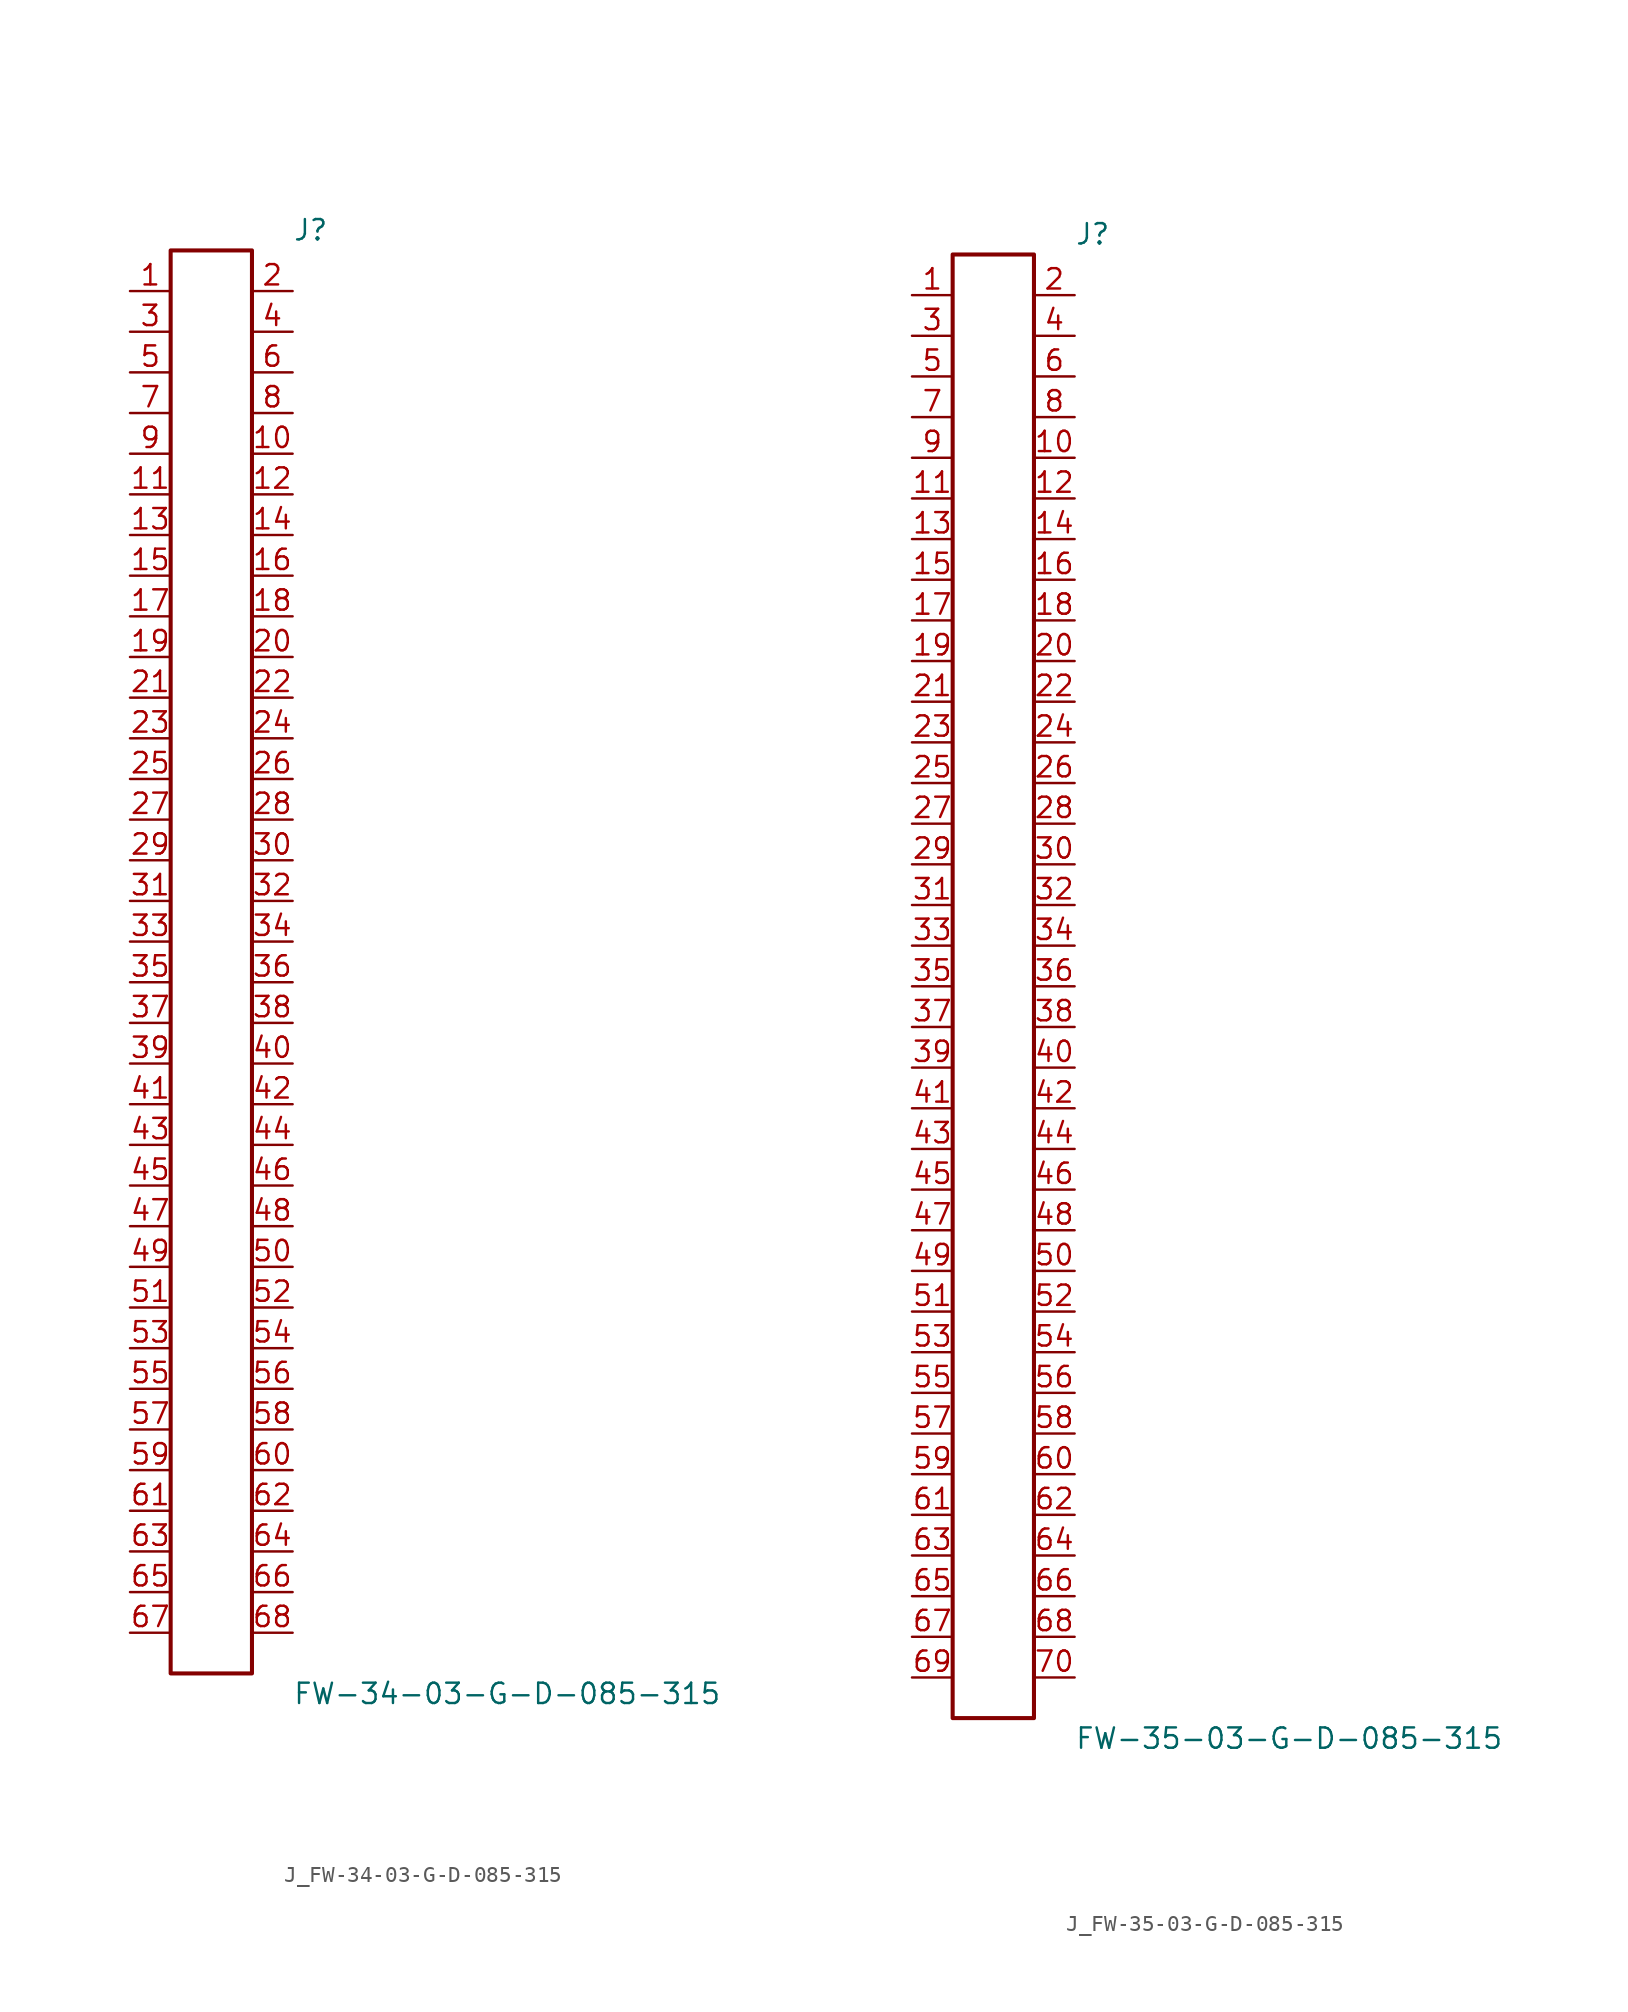
<source format=kicad_sym>
(kicad_symbol_lib
  (version 20231120)
  (generator kicad_symbol_editor)
  (generator_version 8.0)
  (symbol "J_FW-34-03-G-D-085-315"
    (pin_names
      (offset 0.254))
    (property "Reference" "J"
      (at 5.08 45.72 0)
      (effects (font (size 1.27 1.27)) (justify left)))
    (property "Value" "FW-34-03-G-D-085-315"
      (at 5.08 -45.72 0)
      (effects (font (size 1.27 1.27)) (justify left)))
    (symbol "J_FW-34-03-G-D-085-315_0_0"
      (pin unspecified line (at -5.08 41.91 0) (length 2.54) (name "" (effects (font (size 1.27 1.27)))) (number "1" (effects (font (size 1.27 1.27)))))
      (pin unspecified line (at 5.08 41.91 180) (length 2.54) (name "" (effects (font (size 1.27 1.27)))) (number "2" (effects (font (size 1.27 1.27)))))
      (pin unspecified line (at -5.08 39.37 0) (length 2.54) (name "" (effects (font (size 1.27 1.27)))) (number "3" (effects (font (size 1.27 1.27)))))
      (pin unspecified line (at 5.08 39.37 180) (length 2.54) (name "" (effects (font (size 1.27 1.27)))) (number "4" (effects (font (size 1.27 1.27)))))
      (pin unspecified line (at -5.08 36.83 0) (length 2.54) (name "" (effects (font (size 1.27 1.27)))) (number "5" (effects (font (size 1.27 1.27)))))
      (pin unspecified line (at 5.08 36.83 180) (length 2.54) (name "" (effects (font (size 1.27 1.27)))) (number "6" (effects (font (size 1.27 1.27)))))
      (pin unspecified line (at -5.08 34.29 0) (length 2.54) (name "" (effects (font (size 1.27 1.27)))) (number "7" (effects (font (size 1.27 1.27)))))
      (pin unspecified line (at 5.08 34.29 180) (length 2.54) (name "" (effects (font (size 1.27 1.27)))) (number "8" (effects (font (size 1.27 1.27)))))
      (pin unspecified line (at -5.08 31.75 0) (length 2.54) (name "" (effects (font (size 1.27 1.27)))) (number "9" (effects (font (size 1.27 1.27)))))
      (pin unspecified line (at 5.08 31.75 180) (length 2.54) (name "" (effects (font (size 1.27 1.27)))) (number "10" (effects (font (size 1.27 1.27)))))
      (pin unspecified line (at -5.08 29.21 0) (length 2.54) (name "" (effects (font (size 1.27 1.27)))) (number "11" (effects (font (size 1.27 1.27)))))
      (pin unspecified line (at 5.08 29.21 180) (length 2.54) (name "" (effects (font (size 1.27 1.27)))) (number "12" (effects (font (size 1.27 1.27)))))
      (pin unspecified line (at -5.08 26.67 0) (length 2.54) (name "" (effects (font (size 1.27 1.27)))) (number "13" (effects (font (size 1.27 1.27)))))
      (pin unspecified line (at 5.08 26.67 180) (length 2.54) (name "" (effects (font (size 1.27 1.27)))) (number "14" (effects (font (size 1.27 1.27)))))
      (pin unspecified line (at -5.08 24.13 0) (length 2.54) (name "" (effects (font (size 1.27 1.27)))) (number "15" (effects (font (size 1.27 1.27)))))
      (pin unspecified line (at 5.08 24.13 180) (length 2.54) (name "" (effects (font (size 1.27 1.27)))) (number "16" (effects (font (size 1.27 1.27)))))
      (pin unspecified line (at -5.08 21.59 0) (length 2.54) (name "" (effects (font (size 1.27 1.27)))) (number "17" (effects (font (size 1.27 1.27)))))
      (pin unspecified line (at 5.08 21.59 180) (length 2.54) (name "" (effects (font (size 1.27 1.27)))) (number "18" (effects (font (size 1.27 1.27)))))
      (pin unspecified line (at -5.08 19.05 0) (length 2.54) (name "" (effects (font (size 1.27 1.27)))) (number "19" (effects (font (size 1.27 1.27)))))
      (pin unspecified line (at 5.08 19.05 180) (length 2.54) (name "" (effects (font (size 1.27 1.27)))) (number "20" (effects (font (size 1.27 1.27)))))
      (pin unspecified line (at -5.08 16.51 0) (length 2.54) (name "" (effects (font (size 1.27 1.27)))) (number "21" (effects (font (size 1.27 1.27)))))
      (pin unspecified line (at 5.08 16.51 180) (length 2.54) (name "" (effects (font (size 1.27 1.27)))) (number "22" (effects (font (size 1.27 1.27)))))
      (pin unspecified line (at -5.08 13.97 0) (length 2.54) (name "" (effects (font (size 1.27 1.27)))) (number "23" (effects (font (size 1.27 1.27)))))
      (pin unspecified line (at 5.08 13.97 180) (length 2.54) (name "" (effects (font (size 1.27 1.27)))) (number "24" (effects (font (size 1.27 1.27)))))
      (pin unspecified line (at -5.08 11.43 0) (length 2.54) (name "" (effects (font (size 1.27 1.27)))) (number "25" (effects (font (size 1.27 1.27)))))
      (pin unspecified line (at 5.08 11.43 180) (length 2.54) (name "" (effects (font (size 1.27 1.27)))) (number "26" (effects (font (size 1.27 1.27)))))
      (pin unspecified line (at -5.08 8.89 0) (length 2.54) (name "" (effects (font (size 1.27 1.27)))) (number "27" (effects (font (size 1.27 1.27)))))
      (pin unspecified line (at 5.08 8.89 180) (length 2.54) (name "" (effects (font (size 1.27 1.27)))) (number "28" (effects (font (size 1.27 1.27)))))
      (pin unspecified line (at -5.08 6.35 0) (length 2.54) (name "" (effects (font (size 1.27 1.27)))) (number "29" (effects (font (size 1.27 1.27)))))
      (pin unspecified line (at 5.08 6.35 180) (length 2.54) (name "" (effects (font (size 1.27 1.27)))) (number "30" (effects (font (size 1.27 1.27)))))
      (pin unspecified line (at -5.08 3.81 0) (length 2.54) (name "" (effects (font (size 1.27 1.27)))) (number "31" (effects (font (size 1.27 1.27)))))
      (pin unspecified line (at 5.08 3.81 180) (length 2.54) (name "" (effects (font (size 1.27 1.27)))) (number "32" (effects (font (size 1.27 1.27)))))
      (pin unspecified line (at -5.08 1.27 0) (length 2.54) (name "" (effects (font (size 1.27 1.27)))) (number "33" (effects (font (size 1.27 1.27)))))
      (pin unspecified line (at 5.08 1.27 180) (length 2.54) (name "" (effects (font (size 1.27 1.27)))) (number "34" (effects (font (size 1.27 1.27)))))
      (pin unspecified line (at -5.08 -1.27 0) (length 2.54) (name "" (effects (font (size 1.27 1.27)))) (number "35" (effects (font (size 1.27 1.27)))))
      (pin unspecified line (at 5.08 -1.27 180) (length 2.54) (name "" (effects (font (size 1.27 1.27)))) (number "36" (effects (font (size 1.27 1.27)))))
      (pin unspecified line (at -5.08 -3.81 0) (length 2.54) (name "" (effects (font (size 1.27 1.27)))) (number "37" (effects (font (size 1.27 1.27)))))
      (pin unspecified line (at 5.08 -3.81 180) (length 2.54) (name "" (effects (font (size 1.27 1.27)))) (number "38" (effects (font (size 1.27 1.27)))))
      (pin unspecified line (at -5.08 -6.35 0) (length 2.54) (name "" (effects (font (size 1.27 1.27)))) (number "39" (effects (font (size 1.27 1.27)))))
      (pin unspecified line (at 5.08 -6.35 180) (length 2.54) (name "" (effects (font (size 1.27 1.27)))) (number "40" (effects (font (size 1.27 1.27)))))
      (pin unspecified line (at -5.08 -8.89 0) (length 2.54) (name "" (effects (font (size 1.27 1.27)))) (number "41" (effects (font (size 1.27 1.27)))))
      (pin unspecified line (at 5.08 -8.89 180) (length 2.54) (name "" (effects (font (size 1.27 1.27)))) (number "42" (effects (font (size 1.27 1.27)))))
      (pin unspecified line (at -5.08 -11.43 0) (length 2.54) (name "" (effects (font (size 1.27 1.27)))) (number "43" (effects (font (size 1.27 1.27)))))
      (pin unspecified line (at 5.08 -11.43 180) (length 2.54) (name "" (effects (font (size 1.27 1.27)))) (number "44" (effects (font (size 1.27 1.27)))))
      (pin unspecified line (at -5.08 -13.97 0) (length 2.54) (name "" (effects (font (size 1.27 1.27)))) (number "45" (effects (font (size 1.27 1.27)))))
      (pin unspecified line (at 5.08 -13.97 180) (length 2.54) (name "" (effects (font (size 1.27 1.27)))) (number "46" (effects (font (size 1.27 1.27)))))
      (pin unspecified line (at -5.08 -16.51 0) (length 2.54) (name "" (effects (font (size 1.27 1.27)))) (number "47" (effects (font (size 1.27 1.27)))))
      (pin unspecified line (at 5.08 -16.51 180) (length 2.54) (name "" (effects (font (size 1.27 1.27)))) (number "48" (effects (font (size 1.27 1.27)))))
      (pin unspecified line (at -5.08 -19.05 0) (length 2.54) (name "" (effects (font (size 1.27 1.27)))) (number "49" (effects (font (size 1.27 1.27)))))
      (pin unspecified line (at 5.08 -19.05 180) (length 2.54) (name "" (effects (font (size 1.27 1.27)))) (number "50" (effects (font (size 1.27 1.27)))))
      (pin unspecified line (at -5.08 -21.59 0) (length 2.54) (name "" (effects (font (size 1.27 1.27)))) (number "51" (effects (font (size 1.27 1.27)))))
      (pin unspecified line (at 5.08 -21.59 180) (length 2.54) (name "" (effects (font (size 1.27 1.27)))) (number "52" (effects (font (size 1.27 1.27)))))
      (pin unspecified line (at -5.08 -24.13 0) (length 2.54) (name "" (effects (font (size 1.27 1.27)))) (number "53" (effects (font (size 1.27 1.27)))))
      (pin unspecified line (at 5.08 -24.13 180) (length 2.54) (name "" (effects (font (size 1.27 1.27)))) (number "54" (effects (font (size 1.27 1.27)))))
      (pin unspecified line (at -5.08 -26.67 0) (length 2.54) (name "" (effects (font (size 1.27 1.27)))) (number "55" (effects (font (size 1.27 1.27)))))
      (pin unspecified line (at 5.08 -26.67 180) (length 2.54) (name "" (effects (font (size 1.27 1.27)))) (number "56" (effects (font (size 1.27 1.27)))))
      (pin unspecified line (at -5.08 -29.21 0) (length 2.54) (name "" (effects (font (size 1.27 1.27)))) (number "57" (effects (font (size 1.27 1.27)))))
      (pin unspecified line (at 5.08 -29.21 180) (length 2.54) (name "" (effects (font (size 1.27 1.27)))) (number "58" (effects (font (size 1.27 1.27)))))
      (pin unspecified line (at -5.08 -31.75 0) (length 2.54) (name "" (effects (font (size 1.27 1.27)))) (number "59" (effects (font (size 1.27 1.27)))))
      (pin unspecified line (at 5.08 -31.75 180) (length 2.54) (name "" (effects (font (size 1.27 1.27)))) (number "60" (effects (font (size 1.27 1.27)))))
      (pin unspecified line (at -5.08 -34.29 0) (length 2.54) (name "" (effects (font (size 1.27 1.27)))) (number "61" (effects (font (size 1.27 1.27)))))
      (pin unspecified line (at 5.08 -34.29 180) (length 2.54) (name "" (effects (font (size 1.27 1.27)))) (number "62" (effects (font (size 1.27 1.27)))))
      (pin unspecified line (at -5.08 -36.83 0) (length 2.54) (name "" (effects (font (size 1.27 1.27)))) (number "63" (effects (font (size 1.27 1.27)))))
      (pin unspecified line (at 5.08 -36.83 180) (length 2.54) (name "" (effects (font (size 1.27 1.27)))) (number "64" (effects (font (size 1.27 1.27)))))
      (pin unspecified line (at -5.08 -39.37 0) (length 2.54) (name "" (effects (font (size 1.27 1.27)))) (number "65" (effects (font (size 1.27 1.27)))))
      (pin unspecified line (at 5.08 -39.37 180) (length 2.54) (name "" (effects (font (size 1.27 1.27)))) (number "66" (effects (font (size 1.27 1.27)))))
      (pin unspecified line (at -5.08 -41.91 0) (length 2.54) (name "" (effects (font (size 1.27 1.27)))) (number "67" (effects (font (size 1.27 1.27)))))
      (pin unspecified line (at 5.08 -41.91 180) (length 2.54) (name "" (effects (font (size 1.27 1.27)))) (number "68" (effects (font (size 1.27 1.27))))))
    (symbol "J_FW-34-03-G-D-085-315_1_0"
      (rectangle (start -2.54 44.45) (end 2.54 -44.45) (stroke (width 0.254) (type solid)) (fill (type none)))))
  (symbol "J_FW-35-03-G-D-085-315"
    (pin_names
      (offset 0.254))
    (property "Reference" "J"
      (at 5.08 46.99 0)
      (effects (font (size 1.27 1.27)) (justify left)))
    (property "Value" "FW-35-03-G-D-085-315"
      (at 5.08 -46.99 0)
      (effects (font (size 1.27 1.27)) (justify left)))
    (symbol "J_FW-35-03-G-D-085-315_0_0"
      (pin unspecified line (at -5.08 43.18 0) (length 2.54) (name "" (effects (font (size 1.27 1.27)))) (number "1" (effects (font (size 1.27 1.27)))))
      (pin unspecified line (at 5.08 43.18 180) (length 2.54) (name "" (effects (font (size 1.27 1.27)))) (number "2" (effects (font (size 1.27 1.27)))))
      (pin unspecified line (at -5.08 40.64 0) (length 2.54) (name "" (effects (font (size 1.27 1.27)))) (number "3" (effects (font (size 1.27 1.27)))))
      (pin unspecified line (at 5.08 40.64 180) (length 2.54) (name "" (effects (font (size 1.27 1.27)))) (number "4" (effects (font (size 1.27 1.27)))))
      (pin unspecified line (at -5.08 38.1 0) (length 2.54) (name "" (effects (font (size 1.27 1.27)))) (number "5" (effects (font (size 1.27 1.27)))))
      (pin unspecified line (at 5.08 38.1 180) (length 2.54) (name "" (effects (font (size 1.27 1.27)))) (number "6" (effects (font (size 1.27 1.27)))))
      (pin unspecified line (at -5.08 35.56 0) (length 2.54) (name "" (effects (font (size 1.27 1.27)))) (number "7" (effects (font (size 1.27 1.27)))))
      (pin unspecified line (at 5.08 35.56 180) (length 2.54) (name "" (effects (font (size 1.27 1.27)))) (number "8" (effects (font (size 1.27 1.27)))))
      (pin unspecified line (at -5.08 33.02 0) (length 2.54) (name "" (effects (font (size 1.27 1.27)))) (number "9" (effects (font (size 1.27 1.27)))))
      (pin unspecified line (at 5.08 33.02 180) (length 2.54) (name "" (effects (font (size 1.27 1.27)))) (number "10" (effects (font (size 1.27 1.27)))))
      (pin unspecified line (at -5.08 30.48 0) (length 2.54) (name "" (effects (font (size 1.27 1.27)))) (number "11" (effects (font (size 1.27 1.27)))))
      (pin unspecified line (at 5.08 30.48 180) (length 2.54) (name "" (effects (font (size 1.27 1.27)))) (number "12" (effects (font (size 1.27 1.27)))))
      (pin unspecified line (at -5.08 27.94 0) (length 2.54) (name "" (effects (font (size 1.27 1.27)))) (number "13" (effects (font (size 1.27 1.27)))))
      (pin unspecified line (at 5.08 27.94 180) (length 2.54) (name "" (effects (font (size 1.27 1.27)))) (number "14" (effects (font (size 1.27 1.27)))))
      (pin unspecified line (at -5.08 25.4 0) (length 2.54) (name "" (effects (font (size 1.27 1.27)))) (number "15" (effects (font (size 1.27 1.27)))))
      (pin unspecified line (at 5.08 25.4 180) (length 2.54) (name "" (effects (font (size 1.27 1.27)))) (number "16" (effects (font (size 1.27 1.27)))))
      (pin unspecified line (at -5.08 22.86 0) (length 2.54) (name "" (effects (font (size 1.27 1.27)))) (number "17" (effects (font (size 1.27 1.27)))))
      (pin unspecified line (at 5.08 22.86 180) (length 2.54) (name "" (effects (font (size 1.27 1.27)))) (number "18" (effects (font (size 1.27 1.27)))))
      (pin unspecified line (at -5.08 20.32 0) (length 2.54) (name "" (effects (font (size 1.27 1.27)))) (number "19" (effects (font (size 1.27 1.27)))))
      (pin unspecified line (at 5.08 20.32 180) (length 2.54) (name "" (effects (font (size 1.27 1.27)))) (number "20" (effects (font (size 1.27 1.27)))))
      (pin unspecified line (at -5.08 17.78 0) (length 2.54) (name "" (effects (font (size 1.27 1.27)))) (number "21" (effects (font (size 1.27 1.27)))))
      (pin unspecified line (at 5.08 17.78 180) (length 2.54) (name "" (effects (font (size 1.27 1.27)))) (number "22" (effects (font (size 1.27 1.27)))))
      (pin unspecified line (at -5.08 15.24 0) (length 2.54) (name "" (effects (font (size 1.27 1.27)))) (number "23" (effects (font (size 1.27 1.27)))))
      (pin unspecified line (at 5.08 15.24 180) (length 2.54) (name "" (effects (font (size 1.27 1.27)))) (number "24" (effects (font (size 1.27 1.27)))))
      (pin unspecified line (at -5.08 12.7 0) (length 2.54) (name "" (effects (font (size 1.27 1.27)))) (number "25" (effects (font (size 1.27 1.27)))))
      (pin unspecified line (at 5.08 12.7 180) (length 2.54) (name "" (effects (font (size 1.27 1.27)))) (number "26" (effects (font (size 1.27 1.27)))))
      (pin unspecified line (at -5.08 10.16 0) (length 2.54) (name "" (effects (font (size 1.27 1.27)))) (number "27" (effects (font (size 1.27 1.27)))))
      (pin unspecified line (at 5.08 10.16 180) (length 2.54) (name "" (effects (font (size 1.27 1.27)))) (number "28" (effects (font (size 1.27 1.27)))))
      (pin unspecified line (at -5.08 7.62 0) (length 2.54) (name "" (effects (font (size 1.27 1.27)))) (number "29" (effects (font (size 1.27 1.27)))))
      (pin unspecified line (at 5.08 7.62 180) (length 2.54) (name "" (effects (font (size 1.27 1.27)))) (number "30" (effects (font (size 1.27 1.27)))))
      (pin unspecified line (at -5.08 5.08 0) (length 2.54) (name "" (effects (font (size 1.27 1.27)))) (number "31" (effects (font (size 1.27 1.27)))))
      (pin unspecified line (at 5.08 5.08 180) (length 2.54) (name "" (effects (font (size 1.27 1.27)))) (number "32" (effects (font (size 1.27 1.27)))))
      (pin unspecified line (at -5.08 2.54 0) (length 2.54) (name "" (effects (font (size 1.27 1.27)))) (number "33" (effects (font (size 1.27 1.27)))))
      (pin unspecified line (at 5.08 2.54 180) (length 2.54) (name "" (effects (font (size 1.27 1.27)))) (number "34" (effects (font (size 1.27 1.27)))))
      (pin unspecified line (at -5.08 0.0 0) (length 2.54) (name "" (effects (font (size 1.27 1.27)))) (number "35" (effects (font (size 1.27 1.27)))))
      (pin unspecified line (at 5.08 0.0 180) (length 2.54) (name "" (effects (font (size 1.27 1.27)))) (number "36" (effects (font (size 1.27 1.27)))))
      (pin unspecified line (at -5.08 -2.54 0) (length 2.54) (name "" (effects (font (size 1.27 1.27)))) (number "37" (effects (font (size 1.27 1.27)))))
      (pin unspecified line (at 5.08 -2.54 180) (length 2.54) (name "" (effects (font (size 1.27 1.27)))) (number "38" (effects (font (size 1.27 1.27)))))
      (pin unspecified line (at -5.08 -5.08 0) (length 2.54) (name "" (effects (font (size 1.27 1.27)))) (number "39" (effects (font (size 1.27 1.27)))))
      (pin unspecified line (at 5.08 -5.08 180) (length 2.54) (name "" (effects (font (size 1.27 1.27)))) (number "40" (effects (font (size 1.27 1.27)))))
      (pin unspecified line (at -5.08 -7.62 0) (length 2.54) (name "" (effects (font (size 1.27 1.27)))) (number "41" (effects (font (size 1.27 1.27)))))
      (pin unspecified line (at 5.08 -7.62 180) (length 2.54) (name "" (effects (font (size 1.27 1.27)))) (number "42" (effects (font (size 1.27 1.27)))))
      (pin unspecified line (at -5.08 -10.16 0) (length 2.54) (name "" (effects (font (size 1.27 1.27)))) (number "43" (effects (font (size 1.27 1.27)))))
      (pin unspecified line (at 5.08 -10.16 180) (length 2.54) (name "" (effects (font (size 1.27 1.27)))) (number "44" (effects (font (size 1.27 1.27)))))
      (pin unspecified line (at -5.08 -12.7 0) (length 2.54) (name "" (effects (font (size 1.27 1.27)))) (number "45" (effects (font (size 1.27 1.27)))))
      (pin unspecified line (at 5.08 -12.7 180) (length 2.54) (name "" (effects (font (size 1.27 1.27)))) (number "46" (effects (font (size 1.27 1.27)))))
      (pin unspecified line (at -5.08 -15.24 0) (length 2.54) (name "" (effects (font (size 1.27 1.27)))) (number "47" (effects (font (size 1.27 1.27)))))
      (pin unspecified line (at 5.08 -15.24 180) (length 2.54) (name "" (effects (font (size 1.27 1.27)))) (number "48" (effects (font (size 1.27 1.27)))))
      (pin unspecified line (at -5.08 -17.78 0) (length 2.54) (name "" (effects (font (size 1.27 1.27)))) (number "49" (effects (font (size 1.27 1.27)))))
      (pin unspecified line (at 5.08 -17.78 180) (length 2.54) (name "" (effects (font (size 1.27 1.27)))) (number "50" (effects (font (size 1.27 1.27)))))
      (pin unspecified line (at -5.08 -20.32 0) (length 2.54) (name "" (effects (font (size 1.27 1.27)))) (number "51" (effects (font (size 1.27 1.27)))))
      (pin unspecified line (at 5.08 -20.32 180) (length 2.54) (name "" (effects (font (size 1.27 1.27)))) (number "52" (effects (font (size 1.27 1.27)))))
      (pin unspecified line (at -5.08 -22.86 0) (length 2.54) (name "" (effects (font (size 1.27 1.27)))) (number "53" (effects (font (size 1.27 1.27)))))
      (pin unspecified line (at 5.08 -22.86 180) (length 2.54) (name "" (effects (font (size 1.27 1.27)))) (number "54" (effects (font (size 1.27 1.27)))))
      (pin unspecified line (at -5.08 -25.4 0) (length 2.54) (name "" (effects (font (size 1.27 1.27)))) (number "55" (effects (font (size 1.27 1.27)))))
      (pin unspecified line (at 5.08 -25.4 180) (length 2.54) (name "" (effects (font (size 1.27 1.27)))) (number "56" (effects (font (size 1.27 1.27)))))
      (pin unspecified line (at -5.08 -27.94 0) (length 2.54) (name "" (effects (font (size 1.27 1.27)))) (number "57" (effects (font (size 1.27 1.27)))))
      (pin unspecified line (at 5.08 -27.94 180) (length 2.54) (name "" (effects (font (size 1.27 1.27)))) (number "58" (effects (font (size 1.27 1.27)))))
      (pin unspecified line (at -5.08 -30.48 0) (length 2.54) (name "" (effects (font (size 1.27 1.27)))) (number "59" (effects (font (size 1.27 1.27)))))
      (pin unspecified line (at 5.08 -30.48 180) (length 2.54) (name "" (effects (font (size 1.27 1.27)))) (number "60" (effects (font (size 1.27 1.27)))))
      (pin unspecified line (at -5.08 -33.02 0) (length 2.54) (name "" (effects (font (size 1.27 1.27)))) (number "61" (effects (font (size 1.27 1.27)))))
      (pin unspecified line (at 5.08 -33.02 180) (length 2.54) (name "" (effects (font (size 1.27 1.27)))) (number "62" (effects (font (size 1.27 1.27)))))
      (pin unspecified line (at -5.08 -35.56 0) (length 2.54) (name "" (effects (font (size 1.27 1.27)))) (number "63" (effects (font (size 1.27 1.27)))))
      (pin unspecified line (at 5.08 -35.56 180) (length 2.54) (name "" (effects (font (size 1.27 1.27)))) (number "64" (effects (font (size 1.27 1.27)))))
      (pin unspecified line (at -5.08 -38.1 0) (length 2.54) (name "" (effects (font (size 1.27 1.27)))) (number "65" (effects (font (size 1.27 1.27)))))
      (pin unspecified line (at 5.08 -38.1 180) (length 2.54) (name "" (effects (font (size 1.27 1.27)))) (number "66" (effects (font (size 1.27 1.27)))))
      (pin unspecified line (at -5.08 -40.64 0) (length 2.54) (name "" (effects (font (size 1.27 1.27)))) (number "67" (effects (font (size 1.27 1.27)))))
      (pin unspecified line (at 5.08 -40.64 180) (length 2.54) (name "" (effects (font (size 1.27 1.27)))) (number "68" (effects (font (size 1.27 1.27)))))
      (pin unspecified line (at -5.08 -43.18 0) (length 2.54) (name "" (effects (font (size 1.27 1.27)))) (number "69" (effects (font (size 1.27 1.27)))))
      (pin unspecified line (at 5.08 -43.18 180) (length 2.54) (name "" (effects (font (size 1.27 1.27)))) (number "70" (effects (font (size 1.27 1.27))))))
    (symbol "J_FW-35-03-G-D-085-315_1_0"
      (rectangle (start -2.54 45.72) (end 2.54 -45.72) (stroke (width 0.254) (type solid)) (fill (type none))))))
</source>
